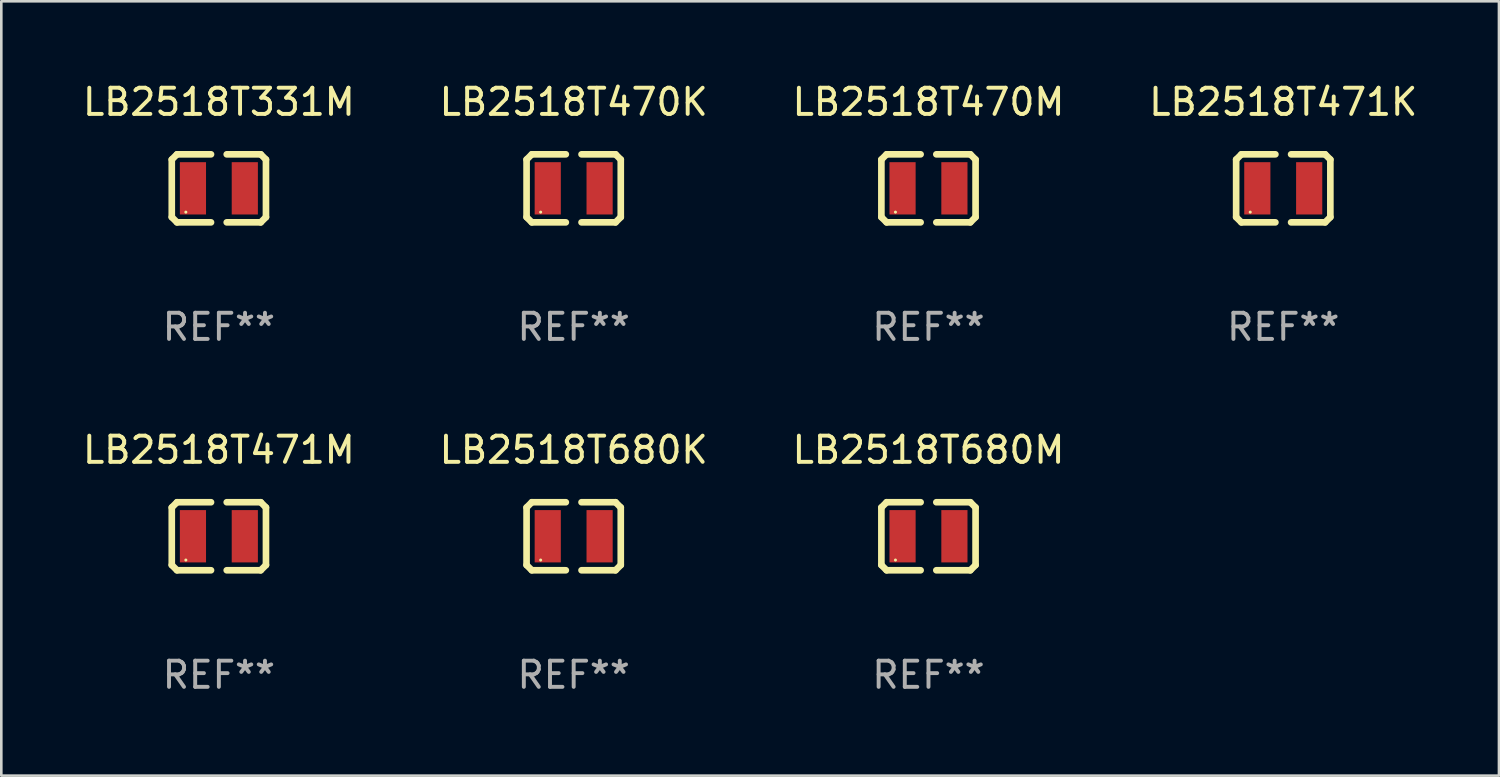
<source format=kicad_pcb>
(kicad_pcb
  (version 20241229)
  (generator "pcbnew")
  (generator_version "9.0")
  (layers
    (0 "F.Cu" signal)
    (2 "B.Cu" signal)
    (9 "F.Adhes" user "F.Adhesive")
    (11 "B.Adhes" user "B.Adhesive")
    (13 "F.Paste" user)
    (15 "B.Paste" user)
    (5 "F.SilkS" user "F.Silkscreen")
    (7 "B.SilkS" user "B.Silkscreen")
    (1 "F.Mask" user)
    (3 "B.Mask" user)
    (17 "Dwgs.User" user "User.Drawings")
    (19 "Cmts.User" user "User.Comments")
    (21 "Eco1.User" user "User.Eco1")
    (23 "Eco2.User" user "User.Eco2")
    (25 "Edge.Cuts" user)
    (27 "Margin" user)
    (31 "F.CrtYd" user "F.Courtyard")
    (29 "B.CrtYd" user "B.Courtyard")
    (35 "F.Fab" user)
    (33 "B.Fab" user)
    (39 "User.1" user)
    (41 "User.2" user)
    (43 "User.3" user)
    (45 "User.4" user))
  (footprint "LB2518T331M"
    (layer "F.Cu")
    (at 5.315 4.148)
    (property "Reference" "LB2518T331M" (at 0 -3.3 0) (layer "F.SilkS") (effects (font (size 1 1) (thickness 0.15))))
    (attr through_hole)
    (fp_line (start -1.8 -1.1) (end -1.8 1.1) (stroke (width 0.254) (type solid)) (layer "F.SilkS"))
    (fp_line (start -1.8 1.1) (end -1.6 1.3) (stroke (width 0.254) (type solid)) (layer "F.SilkS"))
    (fp_line (start -1.6 -1.3) (end -1.8 -1.1) (stroke (width 0.254) (type solid)) (layer "F.SilkS"))
    (fp_line (start -1.6 1.3) (end -0.3 1.3) (stroke (width 0.254) (type solid)) (layer "F.SilkS"))
    (fp_line (start -0.3 -1.3) (end -1.6 -1.3) (stroke (width 0.254) (type solid)) (layer "F.SilkS"))
    (fp_line (start 0.3 1.3) (end 1.6 1.3) (stroke (width 0.254) (type solid)) (layer "F.SilkS"))
    (fp_line (start 1.6 -1.3) (end 0.3 -1.3) (stroke (width 0.254) (type solid)) (layer "F.SilkS"))
    (fp_line (start 1.6 1.3) (end 1.8 1.1) (stroke (width 0.254) (type solid)) (layer "F.SilkS"))
    (fp_line (start 1.8 -1.1) (end 1.6 -1.3) (stroke (width 0.254) (type solid)) (layer "F.SilkS"))
    (fp_line (start 1.8 1.1) (end 1.8 -1.1) (stroke (width 0.254) (type solid)) (layer "F.SilkS"))
    (fp_circle (center -1.262 0.909) (end -1.232 0.909) (stroke (width 0.06) (type solid)) (fill no) (layer "F.SilkS"))
    (fp_text user "REF**" (at 0 5.3 0) (layer "F.Fab") (effects (font (size 1 1) (thickness 0.15))))
    (pad "1" smd rect (at -0.991 -0.00014 90) (size 1.999 1) (layers "F.Cu" "F.Mask" "F.Paste"))
    (pad "2" smd rect (at 0.991 -0.00014 90) (size 1.999 1) (layers "F.Cu" "F.Mask" "F.Paste")))
  (footprint "LB2518T470M"
    (layer "F.Cu")
    (at 32.435 4.148)
    (property "Reference" "LB2518T470M" (at 0 -3.3 0) (layer "F.SilkS") (effects (font (size 1 1) (thickness 0.15))))
    (attr through_hole)
    (fp_line (start -1.8 -1.1) (end -1.8 1.1) (stroke (width 0.254) (type solid)) (layer "F.SilkS"))
    (fp_line (start -1.8 1.1) (end -1.6 1.3) (stroke (width 0.254) (type solid)) (layer "F.SilkS"))
    (fp_line (start -1.6 -1.3) (end -1.8 -1.1) (stroke (width 0.254) (type solid)) (layer "F.SilkS"))
    (fp_line (start -1.6 1.3) (end -0.3 1.3) (stroke (width 0.254) (type solid)) (layer "F.SilkS"))
    (fp_line (start -0.3 -1.3) (end -1.6 -1.3) (stroke (width 0.254) (type solid)) (layer "F.SilkS"))
    (fp_line (start 0.3 1.3) (end 1.6 1.3) (stroke (width 0.254) (type solid)) (layer "F.SilkS"))
    (fp_line (start 1.6 -1.3) (end 0.3 -1.3) (stroke (width 0.254) (type solid)) (layer "F.SilkS"))
    (fp_line (start 1.6 1.3) (end 1.8 1.1) (stroke (width 0.254) (type solid)) (layer "F.SilkS"))
    (fp_line (start 1.8 -1.1) (end 1.6 -1.3) (stroke (width 0.254) (type solid)) (layer "F.SilkS"))
    (fp_line (start 1.8 1.1) (end 1.8 -1.1) (stroke (width 0.254) (type solid)) (layer "F.SilkS"))
    (fp_circle (center -1.262 0.909) (end -1.232 0.909) (stroke (width 0.06) (type solid)) (fill no) (layer "F.SilkS"))
    (fp_text user "REF**" (at 0 5.3 0) (layer "F.Fab") (effects (font (size 1 1) (thickness 0.15))))
    (pad "1" smd rect (at -0.991 -0.00014 90) (size 1.999 1) (layers "F.Cu" "F.Mask" "F.Paste"))
    (pad "2" smd rect (at 0.991 -0.00014 90) (size 1.999 1) (layers "F.Cu" "F.Mask" "F.Paste")))
  (footprint "LB2518T680M"
    (layer "F.Cu")
    (at 32.435 17.445)
    (property "Reference" "LB2518T680M" (at 0 -3.3 0) (layer "F.SilkS") (effects (font (size 1 1) (thickness 0.15))))
    (attr through_hole)
    (fp_line (start -1.8 -1.1) (end -1.8 1.1) (stroke (width 0.254) (type solid)) (layer "F.SilkS"))
    (fp_line (start -1.8 1.1) (end -1.6 1.3) (stroke (width 0.254) (type solid)) (layer "F.SilkS"))
    (fp_line (start -1.6 -1.3) (end -1.8 -1.1) (stroke (width 0.254) (type solid)) (layer "F.SilkS"))
    (fp_line (start -1.6 1.3) (end -0.3 1.3) (stroke (width 0.254) (type solid)) (layer "F.SilkS"))
    (fp_line (start -0.3 -1.3) (end -1.6 -1.3) (stroke (width 0.254) (type solid)) (layer "F.SilkS"))
    (fp_line (start 0.3 1.3) (end 1.6 1.3) (stroke (width 0.254) (type solid)) (layer "F.SilkS"))
    (fp_line (start 1.6 -1.3) (end 0.3 -1.3) (stroke (width 0.254) (type solid)) (layer "F.SilkS"))
    (fp_line (start 1.6 1.3) (end 1.8 1.1) (stroke (width 0.254) (type solid)) (layer "F.SilkS"))
    (fp_line (start 1.8 -1.1) (end 1.6 -1.3) (stroke (width 0.254) (type solid)) (layer "F.SilkS"))
    (fp_line (start 1.8 1.1) (end 1.8 -1.1) (stroke (width 0.254) (type solid)) (layer "F.SilkS"))
    (fp_circle (center -1.262 0.909) (end -1.232 0.909) (stroke (width 0.06) (type solid)) (fill no) (layer "F.SilkS"))
    (fp_text user "REF**" (at 0 5.3 0) (layer "F.Fab") (effects (font (size 1 1) (thickness 0.15))))
    (pad "1" smd rect (at -0.991 -0.00014 90) (size 1.999 1) (layers "F.Cu" "F.Mask" "F.Paste"))
    (pad "2" smd rect (at 0.991 -0.00014 90) (size 1.999 1) (layers "F.Cu" "F.Mask" "F.Paste")))
  (footprint "LB2518T470K"
    (layer "F.Cu")
    (at 18.875 4.148)
    (property "Reference" "LB2518T470K" (at 0 -3.3 0) (layer "F.SilkS") (effects (font (size 1 1) (thickness 0.15))))
    (attr through_hole)
    (fp_line (start -1.8 -1.1) (end -1.8 1.1) (stroke (width 0.254) (type solid)) (layer "F.SilkS"))
    (fp_line (start -1.8 1.1) (end -1.6 1.3) (stroke (width 0.254) (type solid)) (layer "F.SilkS"))
    (fp_line (start -1.6 -1.3) (end -1.8 -1.1) (stroke (width 0.254) (type solid)) (layer "F.SilkS"))
    (fp_line (start -1.6 1.3) (end -0.3 1.3) (stroke (width 0.254) (type solid)) (layer "F.SilkS"))
    (fp_line (start -0.3 -1.3) (end -1.6 -1.3) (stroke (width 0.254) (type solid)) (layer "F.SilkS"))
    (fp_line (start 0.3 1.3) (end 1.6 1.3) (stroke (width 0.254) (type solid)) (layer "F.SilkS"))
    (fp_line (start 1.6 -1.3) (end 0.3 -1.3) (stroke (width 0.254) (type solid)) (layer "F.SilkS"))
    (fp_line (start 1.6 1.3) (end 1.8 1.1) (stroke (width 0.254) (type solid)) (layer "F.SilkS"))
    (fp_line (start 1.8 -1.1) (end 1.6 -1.3) (stroke (width 0.254) (type solid)) (layer "F.SilkS"))
    (fp_line (start 1.8 1.1) (end 1.8 -1.1) (stroke (width 0.254) (type solid)) (layer "F.SilkS"))
    (fp_circle (center -1.262 0.909) (end -1.232 0.909) (stroke (width 0.06) (type solid)) (fill no) (layer "F.SilkS"))
    (fp_text user "REF**" (at 0 5.3 0) (layer "F.Fab") (effects (font (size 1 1) (thickness 0.15))))
    (pad "1" smd rect (at -0.991 -0.00014 90) (size 1.999 1) (layers "F.Cu" "F.Mask" "F.Paste"))
    (pad "2" smd rect (at 0.991 -0.00014 90) (size 1.999 1) (layers "F.Cu" "F.Mask" "F.Paste")))
  (footprint "LB2518T471K"
    (layer "F.Cu")
    (at 45.994 4.148)
    (property "Reference" "LB2518T471K" (at 0 -3.3 0) (layer "F.SilkS") (effects (font (size 1 1) (thickness 0.15))))
    (attr through_hole)
    (fp_line (start -1.8 -1.1) (end -1.8 1.1) (stroke (width 0.254) (type solid)) (layer "F.SilkS"))
    (fp_line (start -1.8 1.1) (end -1.6 1.3) (stroke (width 0.254) (type solid)) (layer "F.SilkS"))
    (fp_line (start -1.6 -1.3) (end -1.8 -1.1) (stroke (width 0.254) (type solid)) (layer "F.SilkS"))
    (fp_line (start -1.6 1.3) (end -0.3 1.3) (stroke (width 0.254) (type solid)) (layer "F.SilkS"))
    (fp_line (start -0.3 -1.3) (end -1.6 -1.3) (stroke (width 0.254) (type solid)) (layer "F.SilkS"))
    (fp_line (start 0.3 1.3) (end 1.6 1.3) (stroke (width 0.254) (type solid)) (layer "F.SilkS"))
    (fp_line (start 1.6 -1.3) (end 0.3 -1.3) (stroke (width 0.254) (type solid)) (layer "F.SilkS"))
    (fp_line (start 1.6 1.3) (end 1.8 1.1) (stroke (width 0.254) (type solid)) (layer "F.SilkS"))
    (fp_line (start 1.8 -1.1) (end 1.6 -1.3) (stroke (width 0.254) (type solid)) (layer "F.SilkS"))
    (fp_line (start 1.8 1.1) (end 1.8 -1.1) (stroke (width 0.254) (type solid)) (layer "F.SilkS"))
    (fp_circle (center -1.262 0.909) (end -1.232 0.909) (stroke (width 0.06) (type solid)) (fill no) (layer "F.SilkS"))
    (fp_text user "REF**" (at 0 5.3 0) (layer "F.Fab") (effects (font (size 1 1) (thickness 0.15))))
    (pad "1" smd rect (at -0.991 -0.00014 90) (size 1.999 1) (layers "F.Cu" "F.Mask" "F.Paste"))
    (pad "2" smd rect (at 0.991 -0.00014 90) (size 1.999 1) (layers "F.Cu" "F.Mask" "F.Paste")))
  (footprint "LB2518T680K"
    (layer "F.Cu")
    (at 18.875 17.445)
    (property "Reference" "LB2518T680K" (at 0 -3.3 0) (layer "F.SilkS") (effects (font (size 1 1) (thickness 0.15))))
    (attr through_hole)
    (fp_line (start -1.8 -1.1) (end -1.8 1.1) (stroke (width 0.254) (type solid)) (layer "F.SilkS"))
    (fp_line (start -1.8 1.1) (end -1.6 1.3) (stroke (width 0.254) (type solid)) (layer "F.SilkS"))
    (fp_line (start -1.6 -1.3) (end -1.8 -1.1) (stroke (width 0.254) (type solid)) (layer "F.SilkS"))
    (fp_line (start -1.6 1.3) (end -0.3 1.3) (stroke (width 0.254) (type solid)) (layer "F.SilkS"))
    (fp_line (start -0.3 -1.3) (end -1.6 -1.3) (stroke (width 0.254) (type solid)) (layer "F.SilkS"))
    (fp_line (start 0.3 1.3) (end 1.6 1.3) (stroke (width 0.254) (type solid)) (layer "F.SilkS"))
    (fp_line (start 1.6 -1.3) (end 0.3 -1.3) (stroke (width 0.254) (type solid)) (layer "F.SilkS"))
    (fp_line (start 1.6 1.3) (end 1.8 1.1) (stroke (width 0.254) (type solid)) (layer "F.SilkS"))
    (fp_line (start 1.8 -1.1) (end 1.6 -1.3) (stroke (width 0.254) (type solid)) (layer "F.SilkS"))
    (fp_line (start 1.8 1.1) (end 1.8 -1.1) (stroke (width 0.254) (type solid)) (layer "F.SilkS"))
    (fp_circle (center -1.262 0.909) (end -1.232 0.909) (stroke (width 0.06) (type solid)) (fill no) (layer "F.SilkS"))
    (fp_text user "REF**" (at 0 5.3 0) (layer "F.Fab") (effects (font (size 1 1) (thickness 0.15))))
    (pad "1" smd rect (at -0.991 -0.00014 90) (size 1.999 1) (layers "F.Cu" "F.Mask" "F.Paste"))
    (pad "2" smd rect (at 0.991 -0.00014 90) (size 1.999 1) (layers "F.Cu" "F.Mask" "F.Paste")))
  (footprint "LB2518T471M"
    (layer "F.Cu")
    (at 5.315 17.445)
    (property "Reference" "LB2518T471M" (at 0 -3.3 0) (layer "F.SilkS") (effects (font (size 1 1) (thickness 0.15))))
    (attr through_hole)
    (fp_line (start -1.8 -1.1) (end -1.8 1.1) (stroke (width 0.254) (type solid)) (layer "F.SilkS"))
    (fp_line (start -1.8 1.1) (end -1.6 1.3) (stroke (width 0.254) (type solid)) (layer "F.SilkS"))
    (fp_line (start -1.6 -1.3) (end -1.8 -1.1) (stroke (width 0.254) (type solid)) (layer "F.SilkS"))
    (fp_line (start -1.6 1.3) (end -0.3 1.3) (stroke (width 0.254) (type solid)) (layer "F.SilkS"))
    (fp_line (start -0.3 -1.3) (end -1.6 -1.3) (stroke (width 0.254) (type solid)) (layer "F.SilkS"))
    (fp_line (start 0.3 1.3) (end 1.6 1.3) (stroke (width 0.254) (type solid)) (layer "F.SilkS"))
    (fp_line (start 1.6 -1.3) (end 0.3 -1.3) (stroke (width 0.254) (type solid)) (layer "F.SilkS"))
    (fp_line (start 1.6 1.3) (end 1.8 1.1) (stroke (width 0.254) (type solid)) (layer "F.SilkS"))
    (fp_line (start 1.8 -1.1) (end 1.6 -1.3) (stroke (width 0.254) (type solid)) (layer "F.SilkS"))
    (fp_line (start 1.8 1.1) (end 1.8 -1.1) (stroke (width 0.254) (type solid)) (layer "F.SilkS"))
    (fp_circle (center -1.262 0.909) (end -1.232 0.909) (stroke (width 0.06) (type solid)) (fill no) (layer "F.SilkS"))
    (fp_text user "REF**" (at 0 5.3 0) (layer "F.Fab") (effects (font (size 1 1) (thickness 0.15))))
    (pad "1" smd rect (at -0.991 -0.00014 90) (size 1.999 1) (layers "F.Cu" "F.Mask" "F.Paste"))
    (pad "2" smd rect (at 0.991 -0.00014 90) (size 1.999 1) (layers "F.Cu" "F.Mask" "F.Paste")))
  (gr_rect
    (start -3 -3)
    (end 54.238 26.594)
    (stroke (width 0.1) (type default))
    (fill no)
    (layer "Edge.Cuts")))
</source>
